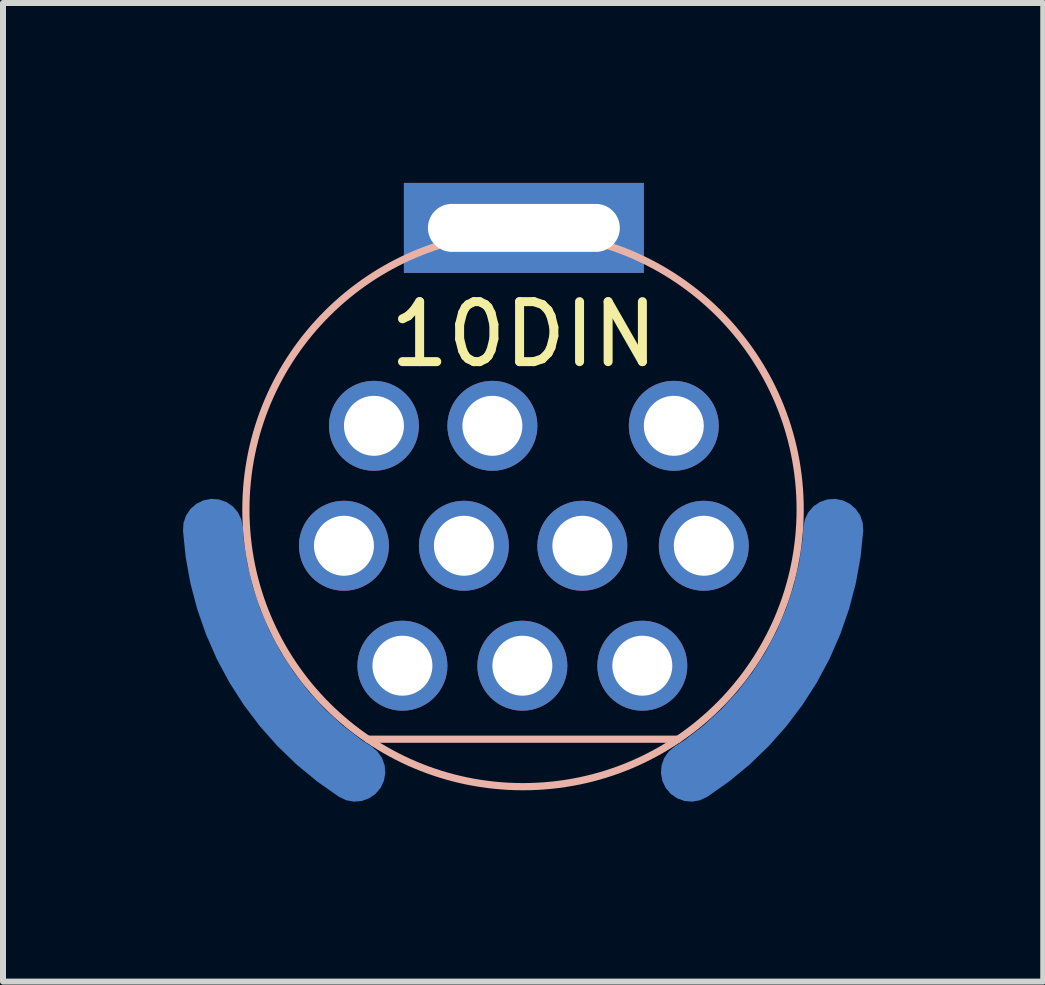
<source format=kicad_pcb>
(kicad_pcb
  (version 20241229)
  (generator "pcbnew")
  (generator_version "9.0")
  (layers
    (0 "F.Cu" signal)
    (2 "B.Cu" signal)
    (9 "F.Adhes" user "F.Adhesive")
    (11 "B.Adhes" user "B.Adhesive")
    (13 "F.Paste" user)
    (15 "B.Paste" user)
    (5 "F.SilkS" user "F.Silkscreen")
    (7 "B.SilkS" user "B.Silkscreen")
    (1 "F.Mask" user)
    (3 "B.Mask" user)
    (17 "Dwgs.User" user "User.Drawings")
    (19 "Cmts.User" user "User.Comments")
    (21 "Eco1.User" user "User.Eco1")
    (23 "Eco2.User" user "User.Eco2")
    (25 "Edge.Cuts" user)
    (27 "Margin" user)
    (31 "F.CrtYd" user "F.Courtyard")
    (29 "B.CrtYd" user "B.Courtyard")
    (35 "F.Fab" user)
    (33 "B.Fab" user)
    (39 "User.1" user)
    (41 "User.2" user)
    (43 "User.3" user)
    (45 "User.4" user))
  (footprint "10DIN"
    (layer "F.Cu")
    (at 5.685 5.4)
    (property "Reference" "10DIN" (at 0 -2.875 0) (unlocked yes) (layer "F.SilkS") (effects (font (size 1 1) (thickness 0.15))))
    (attr through_hole)
    (fp_line (start -2.6 3.875) (end 2.575 3.875) (stroke (width 0.12) (type solid)) (layer "B.SilkS"))
    (fp_circle (center -0.014 0.046) (end 3.275 -3.2) (stroke (width 0.12) (type solid)) (fill no) (layer "B.SilkS"))
    (pad "1" thru_hole circle (at 1.975 2.65) (size 1.5 1.5) (drill 1) (layers "*.Cu" "*.Mask"))
    (pad "2" thru_hole circle (at -0.025 2.65) (size 1.5 1.5) (drill 1) (layers "*.Cu" "*.Mask"))
    (pad "3" thru_hole circle (at -2.025 2.65) (size 1.5 1.5) (drill 1) (layers "*.Cu" "*.Mask"))
    (pad "4" thru_hole circle (at 3 0.65) (size 1.5 1.5) (drill 1) (layers "*.Cu" "*.Mask"))
    (pad "5" thru_hole circle (at 0.975 0.65) (size 1.5 1.5) (drill 1) (layers "*.Cu" "*.Mask"))
    (pad "6" thru_hole circle (at -1 0.65) (size 1.5 1.5) (drill 1) (layers "*.Cu" "*.Mask"))
    (pad "7" thru_hole circle (at -3 0.65) (size 1.5 1.5) (drill 1) (layers "*.Cu" "*.Mask"))
    (pad "8" thru_hole circle (at 2.5 -1.35) (size 1.5 1.5) (drill 1) (layers "*.Cu" "*.Mask"))
    (pad "9" thru_hole circle (at -0.525 -1.35) (size 1.5 1.5) (drill 1) (layers "*.Cu" "*.Mask"))
    (pad "10" thru_hole circle (at -2.5 -1.35) (size 1.5 1.5) (drill 1) (layers "*.Cu" "*.Mask"))
    (pad "11" smd custom (at -4.475 2.575) (size 0.406 0.362) (layers "B.Cu" "B.Mask") (options (anchor rect)) (primitives (gr_arc (start 1.665141 1.842065) (mid -0.004699 0.10023) (end -0.70982 -2.207401) (width 1))))
    (pad "11" thru_hole rect (at 0 -4.65) (size 4 1.5) (drill oval 3.2 0.8) (layers "*.Cu" "*.Mask"))
    (pad "11" smd custom (at 4.35 2.525) (size 0.406 0.362) (layers "B.Cu" "B.Mask") (options (anchor rect)) (primitives (gr_arc (start 0.80982 -2.157401) (mid 0.104699 0.150229) (end -1.56514 1.892064) (width 1)))))
  (gr_rect
    (start -3 -3)
    (end 14.345 13.317)
    (stroke (width 0.1) (type default))
    (fill no)
    (layer "Edge.Cuts")))
</source>
